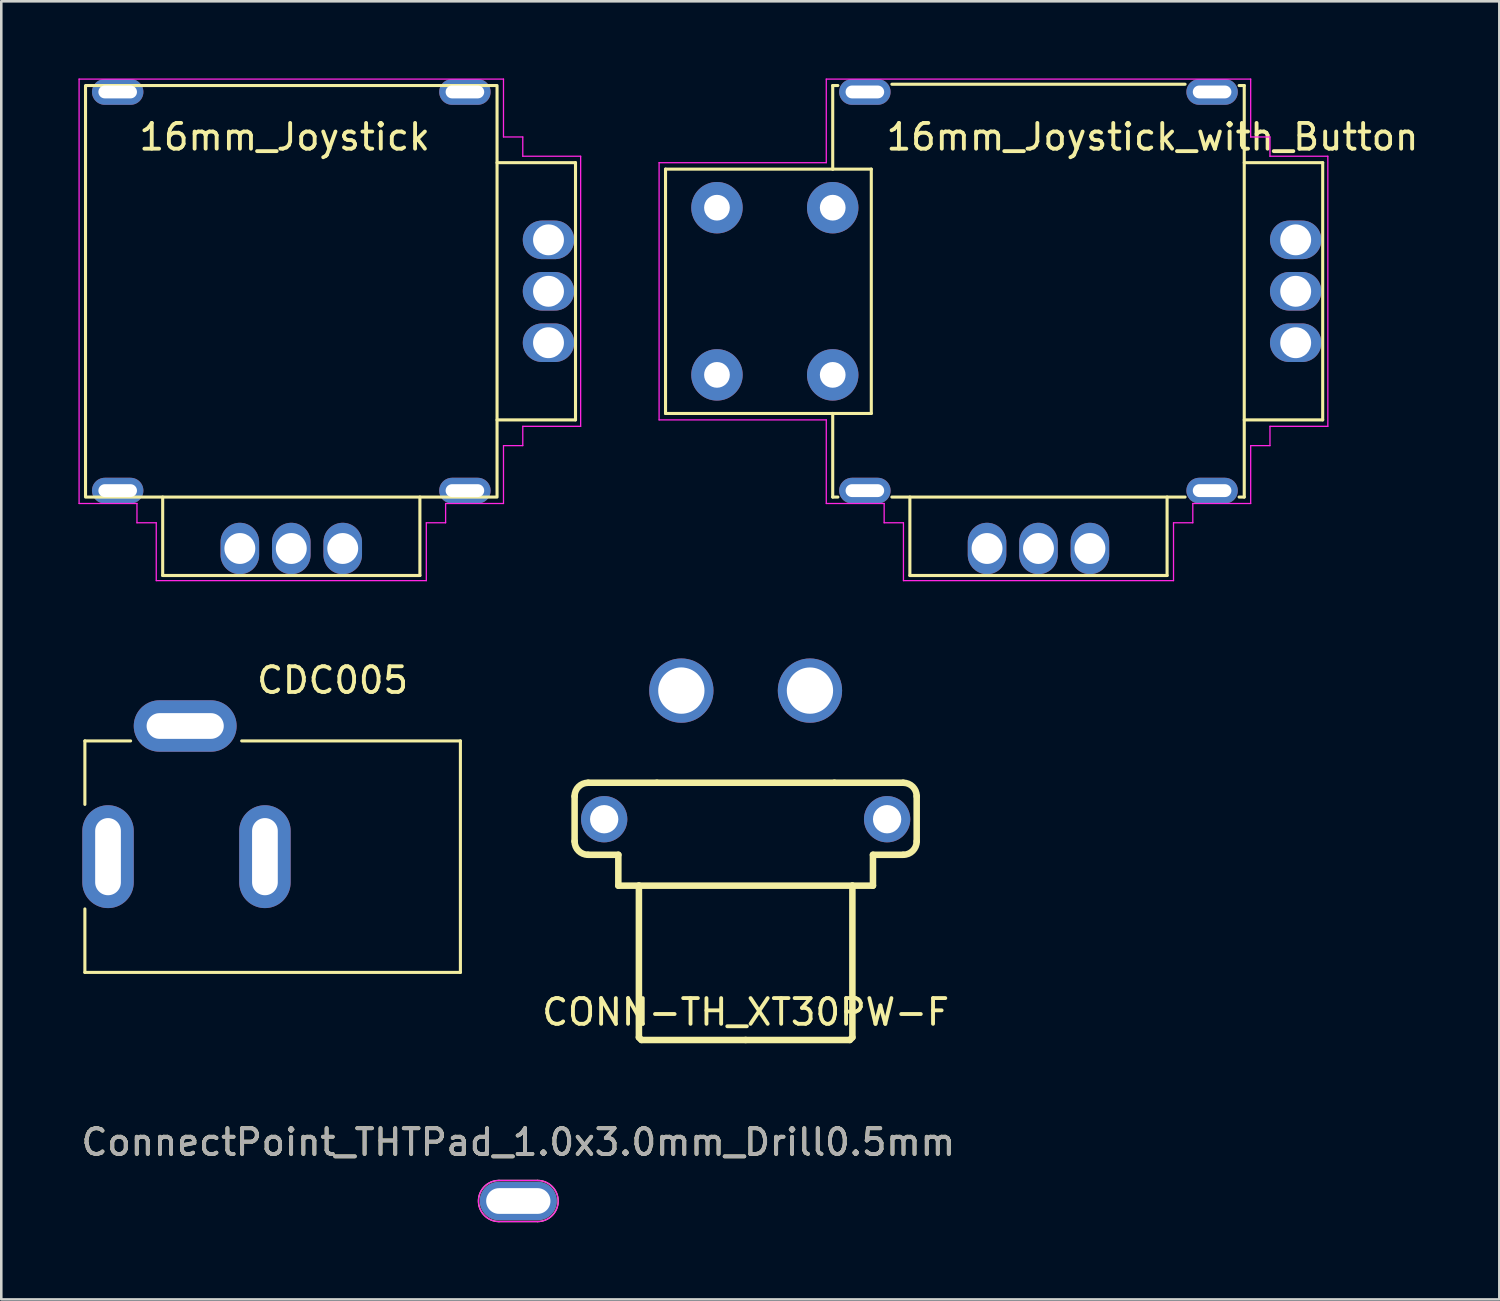
<source format=kicad_pcb>
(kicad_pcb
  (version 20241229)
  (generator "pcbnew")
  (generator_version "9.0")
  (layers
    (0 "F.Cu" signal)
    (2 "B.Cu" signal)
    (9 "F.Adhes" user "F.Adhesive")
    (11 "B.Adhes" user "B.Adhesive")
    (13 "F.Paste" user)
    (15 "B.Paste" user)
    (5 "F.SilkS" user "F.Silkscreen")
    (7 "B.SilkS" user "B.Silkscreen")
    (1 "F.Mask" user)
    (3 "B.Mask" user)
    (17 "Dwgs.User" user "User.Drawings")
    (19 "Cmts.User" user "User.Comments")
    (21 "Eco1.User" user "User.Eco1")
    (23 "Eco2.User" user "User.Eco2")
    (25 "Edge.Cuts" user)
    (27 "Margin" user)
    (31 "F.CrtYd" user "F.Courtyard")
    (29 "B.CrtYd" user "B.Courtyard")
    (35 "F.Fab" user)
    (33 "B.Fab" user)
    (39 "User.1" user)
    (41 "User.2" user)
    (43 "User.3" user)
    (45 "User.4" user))
  (footprint "16mm_Joystick"
    (layer "F.Cu")
    (at 8.275 8.275)
    (property "Reference" "16mm_Joystick" (at -6 -6 0) (layer "F.SilkS") (effects (font (size 1 1) (thickness 0.15)) (justify left)))
    (attr through_hole)
    (fp_line (start -5 8) (end -5 11.05) (stroke (width 0.12) (type default)) (layer "F.SilkS"))
    (fp_line (start -5 11.05) (end 5 11.05) (stroke (width 0.12) (type default)) (layer "F.SilkS"))
    (fp_line (start 5 11.05) (end 5 8) (stroke (width 0.12) (type default)) (layer "F.SilkS"))
    (fp_line (start 11.05 -5) (end 8 -5) (stroke (width 0.12) (type default)) (layer "F.SilkS"))
    (fp_line (start 11.05 -5) (end 11.05 5) (stroke (width 0.12) (type default)) (layer "F.SilkS"))
    (fp_line (start 11.05 5) (end 8 5) (stroke (width 0.12) (type default)) (layer "F.SilkS"))
    (fp_rect (start -8 8) (end 8 -8) (stroke (width 0.12) (type default)) (fill no) (layer "F.SilkS"))
    (fp_line (start -2 6.5) (end -1.5 6.5) (stroke (width 0.12) (type default)) (layer "Eco1.User"))
    (fp_line (start -2 8) (end -2 6.5) (stroke (width 0.12) (type default)) (layer "Eco1.User"))
    (fp_line (start -1.5 6) (end 1.5 6) (stroke (width 0.12) (type default)) (layer "Eco1.User"))
    (fp_line (start -1.5 7) (end -1.5 6) (stroke (width 0.12) (type default)) (layer "Eco1.User"))
    (fp_line (start -0.25 7.25) (end 0.25 7.25) (stroke (width 0.12) (type default)) (layer "Eco1.User"))
    (fp_line (start 0 7) (end -0.25 7.25) (stroke (width 0.12) (type default)) (layer "Eco1.User"))
    (fp_line (start 0 8) (end 0 7) (stroke (width 0.12) (type default)) (layer "Eco1.User"))
    (fp_line (start 0.25 7.25) (end 0 7) (stroke (width 0.12) (type default)) (layer "Eco1.User"))
    (fp_line (start 1.5 6) (end 1.5 7) (stroke (width 0.12) (type default)) (layer "Eco1.User"))
    (fp_line (start 1.5 7) (end -1.5 7) (stroke (width 0.12) (type default)) (layer "Eco1.User"))
    (fp_line (start 2 6.5) (end 1.5 6.5) (stroke (width 0.12) (type default)) (layer "Eco1.User"))
    (fp_line (start 2 8) (end 2 6.5) (stroke (width 0.12) (type default)) (layer "Eco1.User"))
    (fp_line (start 6 -1.5) (end 7 -1.5) (stroke (width 0.12) (type default)) (layer "Eco1.User"))
    (fp_line (start 6 1.5) (end 6 -1.5) (stroke (width 0.12) (type default)) (layer "Eco1.User"))
    (fp_line (start 6.5 -2) (end 6.5 -1.5) (stroke (width 0.12) (type default)) (layer "Eco1.User"))
    (fp_line (start 6.5 2) (end 6.5 1.5) (stroke (width 0.12) (type default)) (layer "Eco1.User"))
    (fp_line (start 7 -1.5) (end 7 1.5) (stroke (width 0.12) (type default)) (layer "Eco1.User"))
    (fp_line (start 7 0) (end 7.25 0.25) (stroke (width 0.12) (type default)) (layer "Eco1.User"))
    (fp_line (start 7 1.5) (end 6 1.5) (stroke (width 0.12) (type default)) (layer "Eco1.User"))
    (fp_line (start 7.25 -0.25) (end 7 0) (stroke (width 0.12) (type default)) (layer "Eco1.User"))
    (fp_line (start 7.25 0.25) (end 7.25 -0.25) (stroke (width 0.12) (type default)) (layer "Eco1.User"))
    (fp_line (start 8 -2) (end 6.5 -2) (stroke (width 0.12) (type default)) (layer "Eco1.User"))
    (fp_line (start 8 0) (end 7 0) (stroke (width 0.12) (type default)) (layer "Eco1.User"))
    (fp_line (start 8 2) (end 6.5 2) (stroke (width 0.12) (type default)) (layer "Eco1.User"))
    (fp_line (start -8.25 -8.25) (end 8.25 -8.25) (stroke (width 0.05) (type default)) (layer "F.CrtYd"))
    (fp_line (start -8.25 8.25) (end -8.25 -8.25) (stroke (width 0.05) (type default)) (layer "F.CrtYd"))
    (fp_line (start -6 8.25) (end -8.25 8.25) (stroke (width 0.05) (type default)) (layer "F.CrtYd"))
    (fp_line (start -6 9) (end -6 8.25) (stroke (width 0.05) (type default)) (layer "F.CrtYd"))
    (fp_line (start -5.25 9) (end -6 9) (stroke (width 0.05) (type default)) (layer "F.CrtYd"))
    (fp_line (start -5.25 11.25) (end -5.25 9) (stroke (width 0.05) (type default)) (layer "F.CrtYd"))
    (fp_line (start 5.25 9) (end 5.25 11.25) (stroke (width 0.05) (type default)) (layer "F.CrtYd"))
    (fp_line (start 5.25 11.25) (end -5.25 11.25) (stroke (width 0.05) (type default)) (layer "F.CrtYd"))
    (fp_line (start 6 8.25) (end 6 9) (stroke (width 0.05) (type default)) (layer "F.CrtYd"))
    (fp_line (start 6 9) (end 5.25 9) (stroke (width 0.05) (type default)) (layer "F.CrtYd"))
    (fp_line (start 8.25 -8.25) (end 8.25 -6) (stroke (width 0.05) (type default)) (layer "F.CrtYd"))
    (fp_line (start 8.25 -6) (end 9 -6) (stroke (width 0.05) (type default)) (layer "F.CrtYd"))
    (fp_line (start 8.25 6) (end 8.25 8.25) (stroke (width 0.05) (type default)) (layer "F.CrtYd"))
    (fp_line (start 8.25 8.25) (end 6 8.25) (stroke (width 0.05) (type default)) (layer "F.CrtYd"))
    (fp_line (start 9 -6) (end 9 -5.25) (stroke (width 0.05) (type default)) (layer "F.CrtYd"))
    (fp_line (start 9 -5.25) (end 11.25 -5.25) (stroke (width 0.05) (type default)) (layer "F.CrtYd"))
    (fp_line (start 9 5.25) (end 9 6) (stroke (width 0.05) (type default)) (layer "F.CrtYd"))
    (fp_line (start 9 6) (end 8.25 6) (stroke (width 0.05) (type default)) (layer "F.CrtYd"))
    (fp_line (start 11.25 -5.25) (end 11.25 5.25) (stroke (width 0.05) (type default)) (layer "F.CrtYd"))
    (fp_line (start 11.25 5.25) (end 9 5.25) (stroke (width 0.05) (type default)) (layer "F.CrtYd"))
    (pad "" thru_hole oval (at -6.75 -7.75) (size 2 1) (drill oval 1.5 0.5) (layers "*.Cu" "*.Mask"))
    (pad "" thru_hole oval (at -6.75 7.75) (size 2 1) (drill oval 1.5 0.5) (layers "*.Cu" "*.Mask"))
    (pad "" thru_hole oval (at 6.75 -7.75) (size 2 1) (drill oval 1.5 0.5) (layers "*.Cu" "*.Mask"))
    (pad "" thru_hole oval (at 6.75 7.75) (size 2 1) (drill oval 1.5 0.5) (layers "*.Cu" "*.Mask"))
    (pad "1" thru_hole oval (at 10 -2) (size 2 1.5) (drill 1.2) (layers "*.Cu" "*.Mask"))
    (pad "2" thru_hole oval (at 10 0) (size 2 1.5) (drill 1.2) (layers "*.Cu" "*.Mask"))
    (pad "3" thru_hole oval (at 10 2) (size 2 1.5) (drill 1.2) (layers "*.Cu" "*.Mask"))
    (pad "4" thru_hole oval (at 2 10) (size 1.5 2) (drill 1.2) (layers "*.Cu" "*.Mask"))
    (pad "5" thru_hole oval (at 0 10) (size 1.5 2) (drill 1.2) (layers "*.Cu" "*.Mask"))
    (pad "6" thru_hole oval (at -2 10) (size 1.5 2) (drill 1.2) (layers "*.Cu" "*.Mask")))
  (footprint "CONN-TH_XT30PW-F"
    (layer "F.Cu")
    (at 25.94 26.3)
    (property "Reference" "CONN-TH_XT30PW-F" (at 0 10 0) (layer "F.SilkS") (effects (font (size 1 1) (thickness 0.15))))
    (attr through_hole)
    (fp_line (start -6.65 1.606) (end -6.65 3.36) (stroke (width 0.254) (type solid)) (layer "F.SilkS"))
    (fp_line (start -6.127 3.883) (end -4.95 3.883) (stroke (width 0.254) (type solid)) (layer "F.SilkS"))
    (fp_line (start -4.95 3.883) (end -4.95 5.083) (stroke (width 0.254) (type solid)) (layer "F.SilkS"))
    (fp_line (start -4.95 5.083) (end -4.15 5.083) (stroke (width 0.254) (type solid)) (layer "F.SilkS"))
    (fp_line (start -4.15 5.083) (end -4.15 10.983) (stroke (width 0.254) (type solid)) (layer "F.SilkS"))
    (fp_line (start -4.15 10.983) (end -4.05 11.083) (stroke (width 0.254) (type solid)) (layer "F.SilkS"))
    (fp_line (start -4.05 11.083) (end 0 11.083) (stroke (width 0.254) (type solid)) (layer "F.SilkS"))
    (fp_line (start -3.45 1.083) (end -6.127 1.083) (stroke (width 0.254) (type solid)) (layer "F.SilkS"))
    (fp_line (start -3.45 1.083) (end 3.45 1.083) (stroke (width 0.254) (type solid)) (layer "F.SilkS"))
    (fp_line (start 3.45 1.083) (end 6.127 1.083) (stroke (width 0.254) (type solid)) (layer "F.SilkS"))
    (fp_line (start 4.05 11.083) (end 0 11.083) (stroke (width 0.254) (type solid)) (layer "F.SilkS"))
    (fp_line (start 4.15 5.083) (end -4.15 5.083) (stroke (width 0.254) (type solid)) (layer "F.SilkS"))
    (fp_line (start 4.15 5.083) (end 4.15 10.983) (stroke (width 0.254) (type solid)) (layer "F.SilkS"))
    (fp_line (start 4.15 10.983) (end 4.05 11.083) (stroke (width 0.254) (type solid)) (layer "F.SilkS"))
    (fp_line (start 4.95 3.883) (end 4.95 5.083) (stroke (width 0.254) (type solid)) (layer "F.SilkS"))
    (fp_line (start 4.95 5.083) (end 4.15 5.083) (stroke (width 0.254) (type solid)) (layer "F.SilkS"))
    (fp_line (start 6.127 3.883) (end 4.95 3.883) (stroke (width 0.254) (type solid)) (layer "F.SilkS"))
    (fp_line (start 6.65 1.606) (end 6.65 3.36) (stroke (width 0.254) (type solid)) (layer "F.SilkS"))
    (fp_arc (start -6.649974 1.605991) (mid -6.496795 1.236184) (end -6.126988 1.083005) (stroke (width 0.254) (type solid)) (layer "F.SilkS"))
    (fp_arc (start -6.126988 3.883) (mid -6.496797 3.729804) (end -6.649975 3.359988) (stroke (width 0.254) (type solid)) (layer "F.SilkS"))
    (fp_arc (start 6.127013 1.083005) (mid 6.49682 1.236184) (end 6.649999 1.605991) (stroke (width 0.254) (type solid)) (layer "F.SilkS"))
    (fp_arc (start 6.649999 3.359988) (mid 6.496813 3.729813) (end 6.126988 3.882999) (stroke (width 0.254) (type solid)) (layer "F.SilkS"))
    (fp_circle (center -2.54 -3.02) (end -2.54 -2.82) (stroke (width 0.4) (type solid)) (fill no) (layer "Cmts.User"))
    (pad "1" thru_hole circle (at -2.5 -2.5) (size 2.5 2.5) (drill 1.8) (layers "*.Cu" "*.Mask"))
    (pad "2" thru_hole circle (at 2.5 -2.5) (size 2.5 2.5) (drill 1.8) (layers "*.Cu" "*.Mask"))
    (pad "3" thru_hole circle (at 5.5 2.5) (size 1.8 1.8) (drill 1.1) (layers "*.Cu" "*.Mask"))
    (pad "4" thru_hole circle (at -5.5 2.5) (size 1.8 1.8) (drill 1.1) (layers "*.Cu" "*.Mask")))
  (footprint "ConnectPoint_THTPad_1.0x3.0mm_Drill0.5mm"
    (layer "F.Cu")
    (at 17.101 43.644)
    (property "Reference" "ConnectPoint_THTPad_1.0x3.0mm_Drill0.5mm" (at 0 -2.286 0) (layer "F.SilkS") (effects (font (size 1 1) (thickness 0.15))))
    (attr exclude_from_pos_files exclude_from_bom)
    (fp_line (start -0.75 -0.8) (end 0.75 -0.8) (stroke (width 0.05) (type solid)) (layer "F.SilkS"))
    (fp_line (start -0.75 0.8) (end 0.75 0.8) (stroke (width 0.05) (type solid)) (layer "F.SilkS"))
    (fp_arc (start -0.75 0.8) (mid -1.55 0) (end -0.75 -0.8) (stroke (width 0.05) (type solid)) (layer "F.SilkS"))
    (fp_arc (start 0.75 -0.8) (mid 1.55 0) (end 0.75 0.8) (stroke (width 0.05) (type solid)) (layer "F.SilkS"))
    (fp_line (start -0.75 -0.8) (end 0.75 -0.8) (stroke (width 0.05) (type solid)) (layer "F.CrtYd"))
    (fp_line (start 0.75 0.8) (end -0.75 0.8) (stroke (width 0.05) (type solid)) (layer "F.CrtYd"))
    (fp_arc (start -0.75 0.8) (mid -1.55 0) (end -0.75 -0.8) (stroke (width 0.05) (type solid)) (layer "F.CrtYd"))
    (fp_arc (start 0.75 -0.8) (mid 1.55 0) (end 0.75 0.8) (stroke (width 0.05) (type solid)) (layer "F.CrtYd"))
    (fp_text user "${REFERENCE}" (at 0 -2.286 0) (layer "F.Fab") (effects (font (size 1 1) (thickness 0.15))))
    (pad "1" thru_hole oval (at 0 0) (size 3 1.5) (drill oval 2.5 1) (layers "*.Cu" "*.Mask")))
  (footprint "16mm_Joystick_with_Button"
    (layer "F.Cu")
    (at 37.325 8.275)
    (property "Reference" "16mm_Joystick_with_Button" (at -6 -6 0) (layer "F.SilkS") (effects (font (size 1 1) (thickness 0.15)) (justify left)))
    (attr through_hole)
    (fp_line (start -14.5 -4.75) (end -14.5 4.75) (stroke (width 0.12) (type default)) (layer "F.SilkS"))
    (fp_line (start -14.5 -4.75) (end -8 -4.75) (stroke (width 0.12) (type default)) (layer "F.SilkS"))
    (fp_line (start -14.5 4.75) (end -8 4.75) (stroke (width 0.12) (type default)) (layer "F.SilkS"))
    (fp_line (start -8 -8) (end -7.8 -8) (stroke (width 0.12) (type default)) (layer "F.SilkS"))
    (fp_line (start -8 -4.75) (end -8 -8) (stroke (width 0.12) (type default)) (layer "F.SilkS"))
    (fp_line (start -8 -4.75) (end -6.5 -4.75) (stroke (width 0.12) (type default)) (layer "F.SilkS"))
    (fp_line (start -8 8) (end -8 4.75) (stroke (width 0.12) (type default)) (layer "F.SilkS"))
    (fp_line (start -8 8) (end -7.8 8) (stroke (width 0.12) (type default)) (layer "F.SilkS"))
    (fp_line (start -6.5 -4.75) (end -6.5 4.75) (stroke (width 0.12) (type default)) (layer "F.SilkS"))
    (fp_line (start -6.5 4.75) (end -8 4.75) (stroke (width 0.12) (type default)) (layer "F.SilkS"))
    (fp_line (start -5.7 -8.05) (end 5.7 -8.05) (stroke (width 0.12) (type default)) (layer "F.SilkS"))
    (fp_line (start -5.7 8) (end 5.7 8) (stroke (width 0.12) (type default)) (layer "F.SilkS"))
    (fp_line (start -5 8) (end -5 11.05) (stroke (width 0.12) (type default)) (layer "F.SilkS"))
    (fp_line (start -5 11.05) (end 5 11.05) (stroke (width 0.12) (type default)) (layer "F.SilkS"))
    (fp_line (start 5 11.05) (end 5 8) (stroke (width 0.12) (type default)) (layer "F.SilkS"))
    (fp_line (start 8 -8) (end 7.8 -8) (stroke (width 0.12) (type default)) (layer "F.SilkS"))
    (fp_line (start 8 -8) (end 8 8) (stroke (width 0.12) (type default)) (layer "F.SilkS"))
    (fp_line (start 8 8) (end 7.8 8) (stroke (width 0.12) (type default)) (layer "F.SilkS"))
    (fp_line (start 11.05 -5) (end 8 -5) (stroke (width 0.12) (type default)) (layer "F.SilkS"))
    (fp_line (start 11.05 -5) (end 11.05 5) (stroke (width 0.12) (type default)) (layer "F.SilkS"))
    (fp_line (start 11.05 5) (end 8 5) (stroke (width 0.12) (type default)) (layer "F.SilkS"))
    (fp_line (start -2 6.5) (end -1.5 6.5) (stroke (width 0.12) (type default)) (layer "Eco1.User"))
    (fp_line (start -2 8) (end -2 6.5) (stroke (width 0.12) (type default)) (layer "Eco1.User"))
    (fp_line (start -1.5 6) (end 1.5 6) (stroke (width 0.12) (type default)) (layer "Eco1.User"))
    (fp_line (start -1.5 7) (end -1.5 6) (stroke (width 0.12) (type default)) (layer "Eco1.User"))
    (fp_line (start -0.25 7.25) (end 0.25 7.25) (stroke (width 0.12) (type default)) (layer "Eco1.User"))
    (fp_line (start 0 7) (end -0.25 7.25) (stroke (width 0.12) (type default)) (layer "Eco1.User"))
    (fp_line (start 0 8) (end 0 7) (stroke (width 0.12) (type default)) (layer "Eco1.User"))
    (fp_line (start 0.25 7.25) (end 0 7) (stroke (width 0.12) (type default)) (layer "Eco1.User"))
    (fp_line (start 1.5 6) (end 1.5 7) (stroke (width 0.12) (type default)) (layer "Eco1.User"))
    (fp_line (start 1.5 7) (end -1.5 7) (stroke (width 0.12) (type default)) (layer "Eco1.User"))
    (fp_line (start 2 6.5) (end 1.5 6.5) (stroke (width 0.12) (type default)) (layer "Eco1.User"))
    (fp_line (start 2 8) (end 2 6.5) (stroke (width 0.12) (type default)) (layer "Eco1.User"))
    (fp_line (start 6 -1.5) (end 7 -1.5) (stroke (width 0.12) (type default)) (layer "Eco1.User"))
    (fp_line (start 6 1.5) (end 6 -1.5) (stroke (width 0.12) (type default)) (layer "Eco1.User"))
    (fp_line (start 6.5 -2) (end 6.5 -1.5) (stroke (width 0.12) (type default)) (layer "Eco1.User"))
    (fp_line (start 6.5 2) (end 6.5 1.5) (stroke (width 0.12) (type default)) (layer "Eco1.User"))
    (fp_line (start 7 -1.5) (end 7 1.5) (stroke (width 0.12) (type default)) (layer "Eco1.User"))
    (fp_line (start 7 0) (end 7.25 0.25) (stroke (width 0.12) (type default)) (layer "Eco1.User"))
    (fp_line (start 7 1.5) (end 6 1.5) (stroke (width 0.12) (type default)) (layer "Eco1.User"))
    (fp_line (start 7.25 -0.25) (end 7 0) (stroke (width 0.12) (type default)) (layer "Eco1.User"))
    (fp_line (start 7.25 0.25) (end 7.25 -0.25) (stroke (width 0.12) (type default)) (layer "Eco1.User"))
    (fp_line (start 8 -2) (end 6.5 -2) (stroke (width 0.12) (type default)) (layer "Eco1.User"))
    (fp_line (start 8 0) (end 7 0) (stroke (width 0.12) (type default)) (layer "Eco1.User"))
    (fp_line (start 8 2) (end 6.5 2) (stroke (width 0.12) (type default)) (layer "Eco1.User"))
    (fp_line (start -14.75 -5) (end -14.75 5) (stroke (width 0.05) (type default)) (layer "F.CrtYd"))
    (fp_line (start -14.75 5) (end -8.25 5) (stroke (width 0.05) (type default)) (layer "F.CrtYd"))
    (fp_line (start -8.25 -8.25) (end -8.25 -5) (stroke (width 0.05) (type default)) (layer "F.CrtYd"))
    (fp_line (start -8.25 -8.25) (end 8.25 -8.25) (stroke (width 0.05) (type default)) (layer "F.CrtYd"))
    (fp_line (start -8.25 -5) (end -14.75 -5) (stroke (width 0.05) (type default)) (layer "F.CrtYd"))
    (fp_line (start -8.25 5) (end -8.25 8.25) (stroke (width 0.05) (type default)) (layer "F.CrtYd"))
    (fp_line (start -6 8.25) (end -8.25 8.25) (stroke (width 0.05) (type default)) (layer "F.CrtYd"))
    (fp_line (start -6 9) (end -6 8.25) (stroke (width 0.05) (type default)) (layer "F.CrtYd"))
    (fp_line (start -5.25 9) (end -6 9) (stroke (width 0.05) (type default)) (layer "F.CrtYd"))
    (fp_line (start -5.25 11.25) (end -5.25 9) (stroke (width 0.05) (type default)) (layer "F.CrtYd"))
    (fp_line (start 5.25 9) (end 5.25 11.25) (stroke (width 0.05) (type default)) (layer "F.CrtYd"))
    (fp_line (start 5.25 11.25) (end -5.25 11.25) (stroke (width 0.05) (type default)) (layer "F.CrtYd"))
    (fp_line (start 6 8.25) (end 6 9) (stroke (width 0.05) (type default)) (layer "F.CrtYd"))
    (fp_line (start 6 9) (end 5.25 9) (stroke (width 0.05) (type default)) (layer "F.CrtYd"))
    (fp_line (start 8.25 -8.25) (end 8.25 -6) (stroke (width 0.05) (type default)) (layer "F.CrtYd"))
    (fp_line (start 8.25 -6) (end 9 -6) (stroke (width 0.05) (type default)) (layer "F.CrtYd"))
    (fp_line (start 8.25 6) (end 8.25 8.25) (stroke (width 0.05) (type default)) (layer "F.CrtYd"))
    (fp_line (start 8.25 8.25) (end 6 8.25) (stroke (width 0.05) (type default)) (layer "F.CrtYd"))
    (fp_line (start 9 -6) (end 9 -5.25) (stroke (width 0.05) (type default)) (layer "F.CrtYd"))
    (fp_line (start 9 -5.25) (end 11.25 -5.25) (stroke (width 0.05) (type default)) (layer "F.CrtYd"))
    (fp_line (start 9 5.25) (end 9 6) (stroke (width 0.05) (type default)) (layer "F.CrtYd"))
    (fp_line (start 9 6) (end 8.25 6) (stroke (width 0.05) (type default)) (layer "F.CrtYd"))
    (fp_line (start 11.25 -5.25) (end 11.25 5.25) (stroke (width 0.05) (type default)) (layer "F.CrtYd"))
    (fp_line (start 11.25 5.25) (end 9 5.25) (stroke (width 0.05) (type default)) (layer "F.CrtYd"))
    (pad "" thru_hole oval (at -6.75 -7.75) (size 2 1) (drill oval 1.5 0.5) (layers "*.Cu" "*.Mask"))
    (pad "" thru_hole oval (at -6.75 7.75) (size 2 1) (drill oval 1.5 0.5) (layers "*.Cu" "*.Mask"))
    (pad "" thru_hole oval (at 6.75 -7.75) (size 2 1) (drill oval 1.5 0.5) (layers "*.Cu" "*.Mask"))
    (pad "" thru_hole oval (at 6.75 7.75) (size 2 1) (drill oval 1.5 0.5) (layers "*.Cu" "*.Mask"))
    (pad "1" thru_hole oval (at 10 -2) (size 2 1.5) (drill 1.2) (layers "*.Cu" "*.Mask"))
    (pad "2" thru_hole oval (at 10 0) (size 2 1.5) (drill 1.2) (layers "*.Cu" "*.Mask"))
    (pad "3" thru_hole oval (at 10 2) (size 2 1.5) (drill 1.2) (layers "*.Cu" "*.Mask"))
    (pad "4" thru_hole oval (at 2 10) (size 1.5 2) (drill 1.2) (layers "*.Cu" "*.Mask"))
    (pad "5" thru_hole oval (at 0 10) (size 1.5 2) (drill 1.2) (layers "*.Cu" "*.Mask"))
    (pad "6" thru_hole oval (at -2 10) (size 1.5 2) (drill 1.2) (layers "*.Cu" "*.Mask"))
    (pad "7" thru_hole circle (at -8 -3.25) (size 2 2) (drill 1) (layers "*.Cu" "*.Mask"))
    (pad "7" thru_hole circle (at -8 3.25) (size 2 2) (drill 1) (layers "*.Cu" "*.Mask"))
    (pad "8" thru_hole circle (at -12.5 -3.25) (size 2 2) (drill 1) (layers "*.Cu" "*.Mask"))
    (pad "8" thru_hole circle (at -12.5 3.25) (size 2 2) (drill 1) (layers "*.Cu" "*.Mask")))
  (footprint "CDC005"
    (layer "F.Cu")
    (at 0.25 30.256)
    (property "Reference" "CDC005" (at 6.604 -6.858 0) (layer "F.SilkS") (effects (font (size 1 1) (thickness 0.15)) (justify left)))
    (attr through_hole)
    (fp_line (start 0 -4.5) (end 1.778 -4.5) (stroke (width 0.12) (type solid)) (layer "F.SilkS"))
    (fp_line (start 0 -2.032) (end 0 -4.5) (stroke (width 0.12) (type solid)) (layer "F.SilkS"))
    (fp_line (start 0 2.032) (end 0 4.5) (stroke (width 0.12) (type solid)) (layer "F.SilkS"))
    (fp_line (start 0 4.5) (end 14.6 4.5) (stroke (width 0.12) (type solid)) (layer "F.SilkS"))
    (fp_line (start 14.6 -4.5) (end 6.096 -4.5) (stroke (width 0.12) (type solid)) (layer "F.SilkS"))
    (fp_line (start 14.6 -4.5) (end 14.6 4.5) (stroke (width 0.12) (type solid)) (layer "F.SilkS"))
    (pad "1" thru_hole oval (at 0.9 0) (size 2 4) (drill oval 1 3) (layers "*.Cu" "*.Mask"))
    (pad "2" thru_hole oval (at 3.9 -5.08) (size 4 2) (drill oval 3 1) (layers "*.Cu" "*.Mask"))
    (pad "3" thru_hole oval (at 7 0) (size 2 4) (drill oval 1 3) (layers "*.Cu" "*.Mask")))
  (gr_rect
    (start -3 -3)
    (end 55.242 47.469)
    (stroke (width 0.1) (type default))
    (fill no)
    (layer "Edge.Cuts")))
</source>
